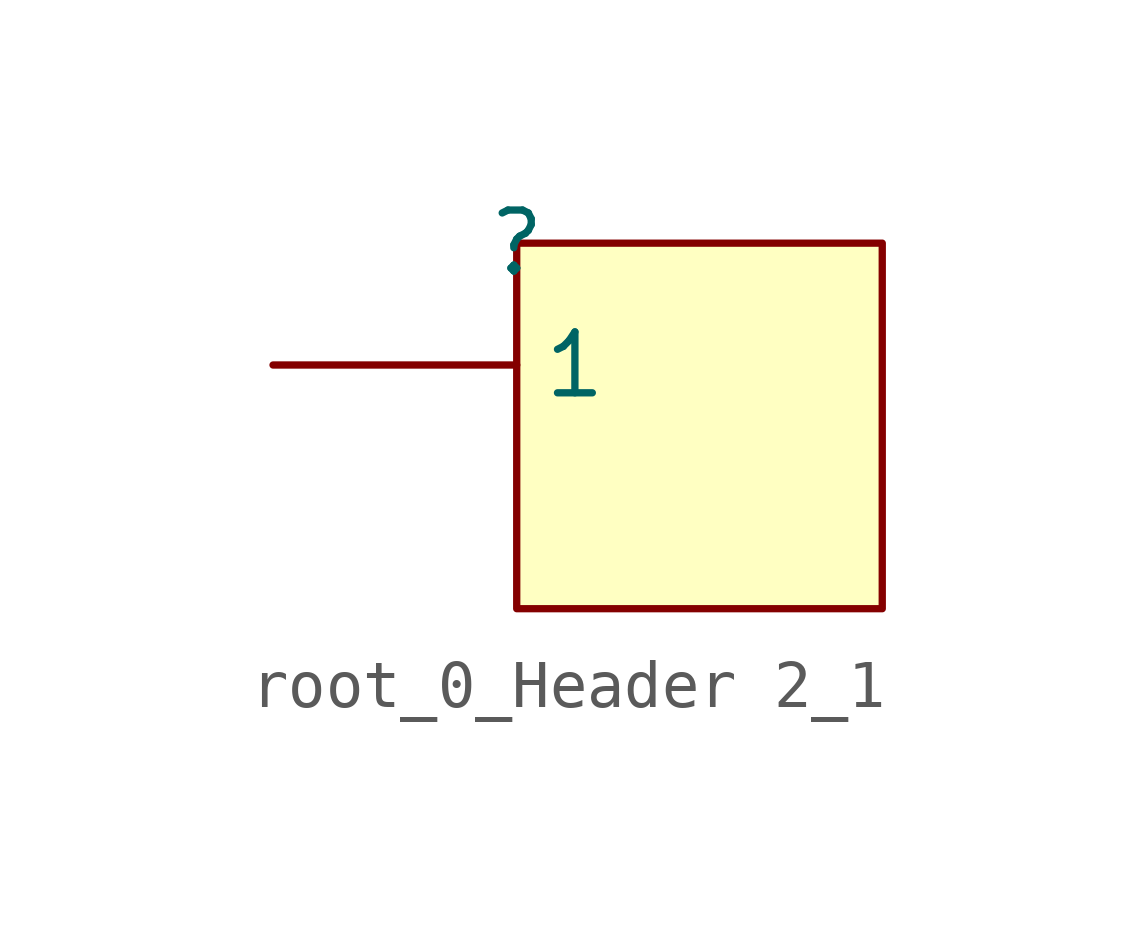
<source format=kicad_sym>
(kicad_symbol_lib
  (version 20220914)
  (generator kicad_symbol_editor)
  (symbol "root_0_Header 2_1"
    (property "Reference" ""
      (at 0 0 0)
      (effects (font (size 1.27 1.27))))
    (property "Value" ""
      (at 0 0 0)
      (effects (font (size 1.27 1.27))))
    (symbol "root_0_Header 2_1_1_0"
      (rectangle (start 7.62 0) (end 0 -7.62) (stroke (width 0) (type solid)) (fill (type background)))
      (pin passive line (at -5.08 -2.54 0) (length 5.08) (name "1" (effects (font (size 1.27 1.27)))) (number "1" (effects (font (size 0 0))))))))
</source>
